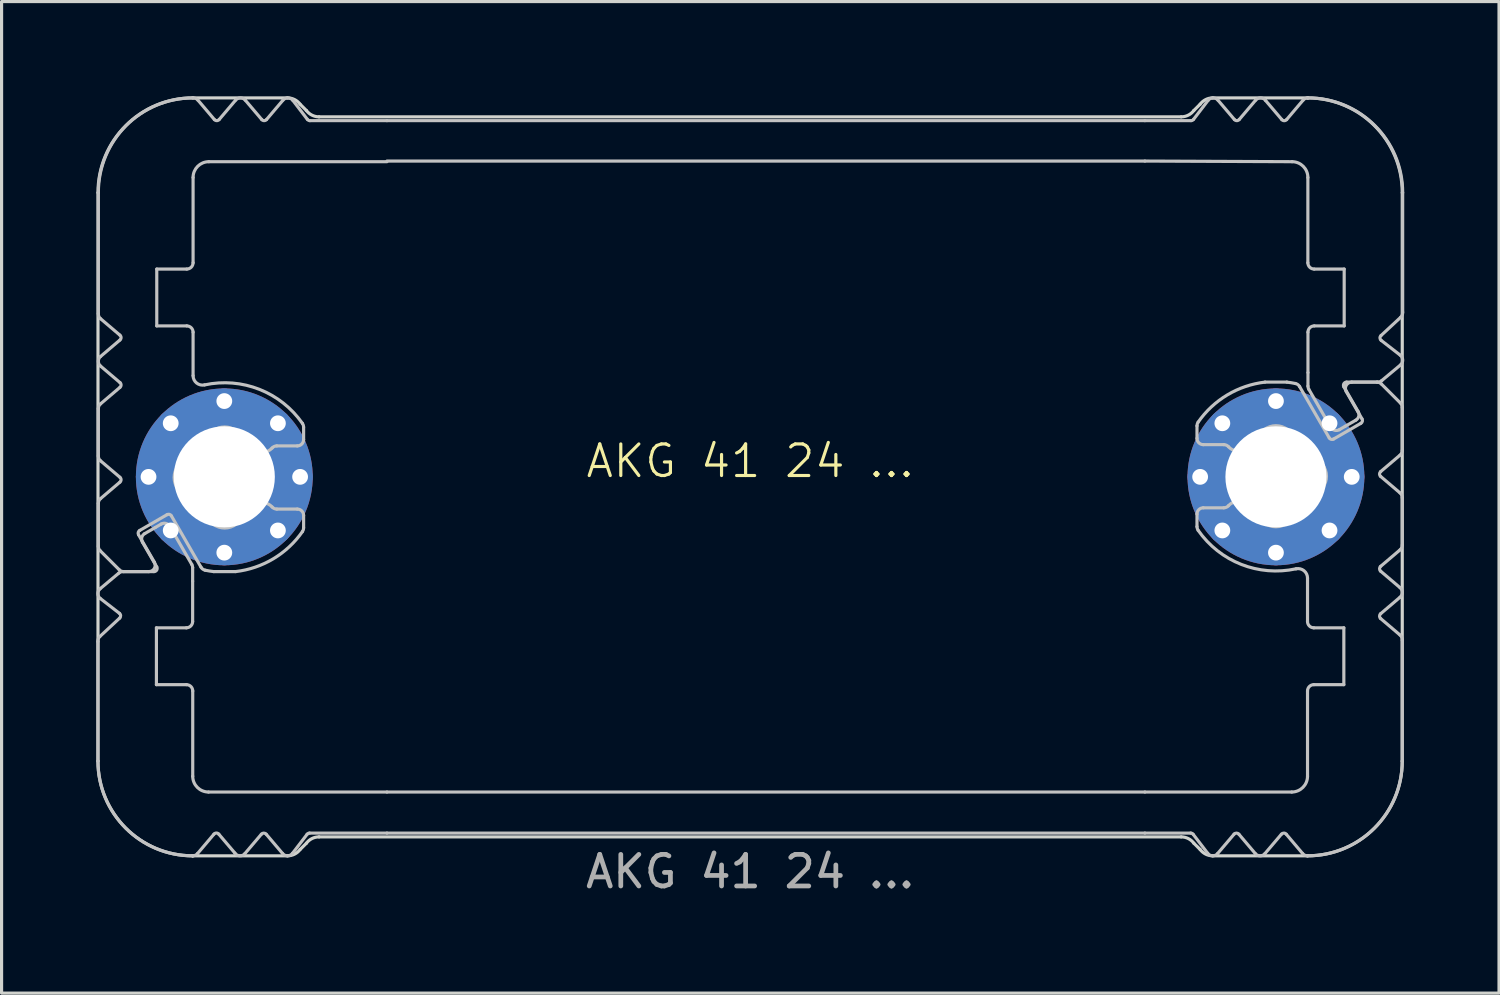
<source format=kicad_pcb>
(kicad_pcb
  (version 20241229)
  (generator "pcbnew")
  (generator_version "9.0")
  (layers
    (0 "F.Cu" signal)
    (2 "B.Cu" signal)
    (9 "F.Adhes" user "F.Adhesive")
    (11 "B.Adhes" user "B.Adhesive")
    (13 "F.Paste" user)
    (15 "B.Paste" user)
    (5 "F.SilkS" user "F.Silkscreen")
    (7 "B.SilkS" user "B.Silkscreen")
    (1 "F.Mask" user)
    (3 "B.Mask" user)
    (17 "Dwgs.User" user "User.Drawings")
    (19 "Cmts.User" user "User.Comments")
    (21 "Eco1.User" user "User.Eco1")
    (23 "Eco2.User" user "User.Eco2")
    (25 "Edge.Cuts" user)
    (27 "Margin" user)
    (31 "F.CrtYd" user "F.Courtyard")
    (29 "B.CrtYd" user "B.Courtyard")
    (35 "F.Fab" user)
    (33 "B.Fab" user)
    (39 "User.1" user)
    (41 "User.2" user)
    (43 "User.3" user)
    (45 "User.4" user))
  (footprint "AKG 41 24 ..."
    (layer "F.Cu")
    (at 20.703 12.05)
    (property "Reference" "AKG 41 24 ..." (at 0 -0.5 0) (unlocked yes) (layer "F.SilkS") (effects (font (size 1 1) (thickness 0.1))))
    (attr exclude_from_pos_files dnp)
    (fp_rect (start -13.096 -11.3) (end 12.604 -10) (stroke (width 0.1) (type solid)) (fill yes) (layer "B.Mask"))
    (fp_rect (start -12.596 10) (end 11.604 11.3) (stroke (width 0.1) (type solid)) (fill yes) (layer "B.Mask"))
    (fp_poly (pts (xy -13.996 -11.3) (xy -13.096 -11.3) (xy -13.096 -10) (xy -17.596 -10) (xy -17.596 -12) (xy -16.896 -11.2) (xy -16.146 -12) (xy -15.396 -11.2) (xy -14.646 -12)) (stroke (width 0.1) (type solid)) (fill yes) (layer "B.Mask"))
    (fp_poly (pts (xy -13.996 11.3) (xy -12.596 11.3) (xy -12.596 10) (xy -17.596 10) (xy -17.596 12) (xy -16.896 11.2) (xy -16.146 12) (xy -15.396 11.2) (xy -14.646 12)) (stroke (width 0.1) (type solid)) (fill yes) (layer "B.Mask"))
    (fp_poly (pts (xy 14.004 -11.3) (xy 12.604 -11.3) (xy 12.604 -10) (xy 17.604 -10) (xy 17.604 -12) (xy 16.904 -11.2) (xy 16.154 -12) (xy 15.404 -11.2) (xy 14.654 -12)) (stroke (width 0.1) (type solid)) (fill yes) (layer "B.Mask"))
    (fp_poly (pts (xy 14.004 11.3) (xy 11.604 11.3) (xy 11.604 10) (xy 17.604 10) (xy 17.604 12) (xy 16.904 11.2) (xy 16.154 12) (xy 15.404 11.2) (xy 14.654 12)) (stroke (width 0.1) (type solid)) (fill yes) (layer "B.Mask"))
    (fp_poly (pts (xy -17.696 -6.7) (xy -18.796 -6.7) (xy -18.796 -4.7) (xy -17.696 -4.7) (xy -17.696 0.1) (xy -19.796 0.1) (xy -20.596 -0.6) (xy -20.596 -2.2) (xy -19.696 -2.9) (xy -20.596 -3.7) (xy -19.796 -4.4) (xy -20.596 -5.1) (xy -20.596 -12) (xy -17.696 -12)) (stroke (width 0.1) (type solid)) (fill yes) (layer "B.Mask"))
    (fp_poly (pts (xy -17.696 6.7) (xy -18.796 6.7) (xy -18.796 4.7) (xy -17.696 4.7) (xy -17.696 0.1) (xy -19.796 0.1) (xy -20.596 0.8) (xy -20.596 2.2) (xy -19.796 3) (xy -20.596 3.7) (xy -19.796 4.4) (xy -20.596 5.1) (xy -20.596 12) (xy -17.696 12)) (stroke (width 0.1) (type solid)) (fill yes) (layer "B.Mask"))
    (fp_poly (pts (xy 17.704 -6.7) (xy 18.804 -6.7) (xy 18.804 -4.7) (xy 17.704 -4.7) (xy 17.704 -0.1) (xy 19.804 -0.1) (xy 20.604 -0.8) (xy 20.604 -2.2) (xy 19.804 -3) (xy 20.604 -3.7) (xy 19.804 -4.4) (xy 20.604 -5.1) (xy 20.604 -12) (xy 17.704 -12)) (stroke (width 0.1) (type solid)) (fill yes) (layer "B.Mask"))
    (fp_poly (pts (xy 17.704 6.7) (xy 18.804 6.7) (xy 18.804 4.7) (xy 17.704 4.7) (xy 17.704 -0.1) (xy 19.804 -0.1) (xy 20.604 0.6) (xy 20.604 2.2) (xy 19.704 2.9) (xy 20.604 3.7) (xy 19.804 4.4) (xy 20.604 5.1) (xy 20.604 12) (xy 17.704 12)) (stroke (width 0.1) (type solid)) (fill yes) (layer "B.Mask"))
    (fp_line (start -20.652 9) (end -20.652 5.214) (stroke (width 0.1) (type solid)) (layer "Dwgs.User"))
    (fp_line (start -20.639 -0.66) (end -20.639 -2.16) (stroke (width 0.1) (type solid)) (layer "Dwgs.User"))
    (fp_line (start -20.639 2.197) (end -20.639 0.84) (stroke (width 0.1) (type solid)) (layer "Dwgs.User"))
    (fp_line (start -20.639 -5.171) (end -20.639 -9) (stroke (width 0.1) (type solid)) (layer "Dwgs.User"))
    (fp_line (start -20.589 5.053) (end -19.965 4.473) (stroke (width 0.1) (type solid)) (layer "Dwgs.User"))
    (fp_line (start -20.583 3.543) (end -19.989 3.046) (stroke (width 0.1) (type solid)) (layer "Dwgs.User"))
    (fp_line (start -20.569 -3.812) (end -19.955 -4.334) (stroke (width 0.1) (type solid)) (layer "Dwgs.User"))
    (fp_line (start -20.569 -2.312) (end -19.955 -2.834) (stroke (width 0.1) (type solid)) (layer "Dwgs.User"))
    (fp_line (start -20.569 0.688) (end -19.955 0.166) (stroke (width 0.1) (type solid)) (layer "Dwgs.User"))
    (fp_line (start -19.978 2.941) (end -20.581 2.339) (stroke (width 0.1) (type solid)) (layer "Dwgs.User"))
    (fp_line (start -19.972 4.321) (end -20.575 3.853) (stroke (width 0.1) (type solid)) (layer "Dwgs.User"))
    (fp_line (start -19.955 -4.486) (end -20.569 -5.008) (stroke (width 0.1) (type solid)) (layer "Dwgs.User"))
    (fp_line (start -19.955 -2.986) (end -20.569 -3.508) (stroke (width 0.1) (type solid)) (layer "Dwgs.User"))
    (fp_line (start -19.955 0.014) (end -20.569 -0.508) (stroke (width 0.1) (type solid)) (layer "Dwgs.User"))
    (fp_line (start -19.86 3) (end -18.877 3) (stroke (width 0.1) (type solid)) (layer "Dwgs.User"))
    (fp_line (start -19.366 1.834) (end -18.866 2.7) (stroke (width 0.1) (type solid)) (layer "Dwgs.User"))
    (fp_line (start -19.168 1.795) (end -18.833 1.602) (stroke (width 0.1) (type solid)) (layer "Dwgs.User"))
    (fp_line (start -19.039 3) (end -19.836 3) (stroke (width 0.1) (type solid)) (layer "Dwgs.User"))
    (fp_line (start -18.833 1.602) (end -18.649 1.495) (stroke (width 0.1) (type solid)) (layer "Dwgs.User"))
    (fp_line (start -18.8 4.78) (end -18.8 6.58) (stroke (width 0.1) (type solid)) (layer "Dwgs.User"))
    (fp_line (start -18.8 6.58) (end -17.85 6.58) (stroke (width 0.1) (type solid)) (layer "Dwgs.User"))
    (fp_line (start -18.79 2.85) (end -19.242 2.068) (stroke (width 0.1) (type solid)) (layer "Dwgs.User"))
    (fp_line (start -18.789 -6.58) (end -18.789 -4.78) (stroke (width 0.1) (type solid)) (layer "Dwgs.User"))
    (fp_line (start -18.789 -4.78) (end -17.839 -4.78) (stroke (width 0.1) (type solid)) (layer "Dwgs.User"))
    (fp_line (start -18.463 1.197) (end -19.329 1.697) (stroke (width 0.1) (type solid)) (layer "Dwgs.User"))
    (fp_line (start -18.375 1.568) (end -17.68 2.773) (stroke (width 0.1) (type solid)) (layer "Dwgs.User"))
    (fp_line (start -17.853 4.78) (end -18.8 4.78) (stroke (width 0.1) (type solid)) (layer "Dwgs.User"))
    (fp_line (start -17.839 -6.58) (end -18.789 -6.58) (stroke (width 0.1) (type solid)) (layer "Dwgs.User"))
    (fp_line (start -17.653 2.873) (end -17.653 3.3) (stroke (width 0.1) (type solid)) (layer "Dwgs.User"))
    (fp_line (start -17.653 3.305) (end -17.653 4.58) (stroke (width 0.1) (type solid)) (layer "Dwgs.User"))
    (fp_line (start -17.652 12) (end -17.652 12) (stroke (width 0.1) (type solid)) (layer "Dwgs.User"))
    (fp_line (start -17.651 12) (end -17.652 12) (stroke (width 0.1) (type solid)) (layer "Dwgs.User"))
    (fp_line (start -17.65 6.78) (end -17.65 9.48) (stroke (width 0.1) (type solid)) (layer "Dwgs.User"))
    (fp_line (start -17.639 -9.48) (end -17.639 -6.78) (stroke (width 0.1) (type solid)) (layer "Dwgs.User"))
    (fp_line (start -17.639 -4.58) (end -17.639 -3.205) (stroke (width 0.1) (type solid)) (layer "Dwgs.User"))
    (fp_line (start -17.486 -11.929) (end -16.965 -11.315) (stroke (width 0.1) (type solid)) (layer "Dwgs.User"))
    (fp_line (start -17.388 2.86) (end -18.327 1.234) (stroke (width 0.1) (type solid)) (layer "Dwgs.User"))
    (fp_line (start -17.15 9.98) (end -11.5 9.98) (stroke (width 0.1) (type solid)) (layer "Dwgs.User"))
    (fp_line (start -16.979 11.315) (end -17.499 11.929) (stroke (width 0.1) (type solid)) (layer "Dwgs.User"))
    (fp_line (start -16.813 -11.315) (end -16.292 -11.929) (stroke (width 0.1) (type solid)) (layer "Dwgs.User"))
    (fp_line (start -16.314 11.914) (end -16.824 11.315) (stroke (width 0.1) (type solid)) (layer "Dwgs.User"))
    (fp_line (start -16.293 3) (end -16.985 3) (stroke (width 0.1) (type solid)) (layer "Dwgs.User"))
    (fp_line (start -15.987 -11.929) (end -15.465 -11.315) (stroke (width 0.1) (type solid)) (layer "Dwgs.User"))
    (fp_line (start -15.476 11.315) (end -15.998 11.929) (stroke (width 0.1) (type solid)) (layer "Dwgs.User"))
    (fp_line (start -15.313 -11.315) (end -14.792 -11.929) (stroke (width 0.1) (type solid)) (layer "Dwgs.User"))
    (fp_line (start -14.988 1.02) (end -14.339 1.02) (stroke (width 0.1) (type solid)) (layer "Dwgs.User"))
    (fp_line (start -14.803 11.929) (end -15.324 11.315) (stroke (width 0.1) (type solid)) (layer "Dwgs.User"))
    (fp_line (start -14.48 -11.922) (end -14.019 -11.319) (stroke (width 0.1) (type solid)) (layer "Dwgs.User"))
    (fp_line (start -14.339 -0.98) (end -14.988 -0.98) (stroke (width 0.1) (type solid)) (layer "Dwgs.User"))
    (fp_line (start -14.139 -1.577) (end -14.139 -1.18) (stroke (width 0.1) (type solid)) (layer "Dwgs.User"))
    (fp_line (start -14.139 1.22) (end -14.139 1.617) (stroke (width 0.1) (type solid)) (layer "Dwgs.User"))
    (fp_line (start -14.029 11.319) (end -14.491 11.922) (stroke (width 0.1) (type solid)) (layer "Dwgs.User"))
    (fp_line (start -13.939 -11.28) (end -11.5 -11.28) (stroke (width 0.1) (type solid)) (layer "Dwgs.User"))
    (fp_line (start -11.5 -11.28) (end 12.5 -11.28) (stroke (width 0.1) (type solid)) (layer "Dwgs.User"))
    (fp_line (start -11.5 -9.98) (end -17.139 -9.98) (stroke (width 0.1) (type solid)) (layer "Dwgs.User"))
    (fp_line (start -11.5 11.28) (end -13.95 11.28) (stroke (width 0.1) (type solid)) (layer "Dwgs.User"))
    (fp_line (start 12.5 -11.28) (end 13.959 -11.28) (stroke (width 0.1) (type solid)) (layer "Dwgs.User"))
    (fp_line (start 12.5 -10) (end -11.5 -10) (stroke (width 0.1) (type solid)) (layer "Dwgs.User"))
    (fp_line (start 12.5 9.98) (end -11.5 9.98) (stroke (width 0.1) (type solid)) (layer "Dwgs.User"))
    (fp_line (start 12.5 9.98) (end 17.15 9.98) (stroke (width 0.1) (type solid)) (layer "Dwgs.User"))
    (fp_line (start 12.5 11.28) (end -11.5 11.28) (stroke (width 0.1) (type solid)) (layer "Dwgs.User"))
    (fp_line (start 12.5 11.28) (end 13.95 11.28) (stroke (width 0.1) (type solid)) (layer "Dwgs.User"))
    (fp_line (start 14.04 -11.319) (end 14.502 -11.922) (stroke (width 0.1) (type solid)) (layer "Dwgs.User"))
    (fp_line (start 14.15 -1.22) (end 14.15 -1.617) (stroke (width 0.1) (type solid)) (layer "Dwgs.User"))
    (fp_line (start 14.15 1.577) (end 14.15 1.18) (stroke (width 0.1) (type solid)) (layer "Dwgs.User"))
    (fp_line (start 14.35 0.98) (end 14.999 0.98) (stroke (width 0.1) (type solid)) (layer "Dwgs.User"))
    (fp_line (start 14.491 11.922) (end 14.029 11.319) (stroke (width 0.1) (type solid)) (layer "Dwgs.User"))
    (fp_line (start 14.813 -11.929) (end 15.335 -11.315) (stroke (width 0.1) (type solid)) (layer "Dwgs.User"))
    (fp_line (start 14.999 -1.02) (end 14.35 -1.02) (stroke (width 0.1) (type solid)) (layer "Dwgs.User"))
    (fp_line (start 15.324 11.315) (end 14.802 11.929) (stroke (width 0.1) (type solid)) (layer "Dwgs.User"))
    (fp_line (start 15.487 -11.315) (end 16.008 -11.929) (stroke (width 0.1) (type solid)) (layer "Dwgs.User"))
    (fp_line (start 15.997 11.929) (end 15.476 11.315) (stroke (width 0.1) (type solid)) (layer "Dwgs.User"))
    (fp_line (start 16.304 -3) (end 16.996 -3) (stroke (width 0.1) (type solid)) (layer "Dwgs.User"))
    (fp_line (start 16.325 -11.914) (end 16.835 -11.315) (stroke (width 0.1) (type solid)) (layer "Dwgs.User"))
    (fp_line (start 16.824 11.315) (end 16.302 11.929) (stroke (width 0.1) (type solid)) (layer "Dwgs.User"))
    (fp_line (start 16.99 -11.315) (end 17.51 -11.929) (stroke (width 0.1) (type solid)) (layer "Dwgs.User"))
    (fp_line (start 17.161 -9.98) (end 12.5 -10) (stroke (width 0.1) (type solid)) (layer "Dwgs.User"))
    (fp_line (start 17.399 -2.86) (end 18.338 -1.234) (stroke (width 0.1) (type solid)) (layer "Dwgs.User"))
    (fp_line (start 17.496 11.929) (end 16.976 11.315) (stroke (width 0.1) (type solid)) (layer "Dwgs.User"))
    (fp_line (start 17.65 4.58) (end 17.65 3.205) (stroke (width 0.1) (type solid)) (layer "Dwgs.User"))
    (fp_line (start 17.65 9.48) (end 17.65 6.78) (stroke (width 0.1) (type solid)) (layer "Dwgs.User"))
    (fp_line (start 17.661 -6.78) (end 17.661 -9.48) (stroke (width 0.1) (type solid)) (layer "Dwgs.User"))
    (fp_line (start 17.662 -12) (end 17.662 -12) (stroke (width 0.1) (type solid)) (layer "Dwgs.User"))
    (fp_line (start 17.662 -12) (end 17.663 -12) (stroke (width 0.1) (type solid)) (layer "Dwgs.User"))
    (fp_line (start 17.664 -3.305) (end 17.664 -4.58) (stroke (width 0.1) (type solid)) (layer "Dwgs.User"))
    (fp_line (start 17.664 -2.873) (end 17.664 -3.3) (stroke (width 0.1) (type solid)) (layer "Dwgs.User"))
    (fp_line (start 17.85 6.58) (end 18.8 6.58) (stroke (width 0.1) (type solid)) (layer "Dwgs.User"))
    (fp_line (start 17.864 -4.78) (end 18.811 -4.78) (stroke (width 0.1) (type solid)) (layer "Dwgs.User"))
    (fp_line (start 18.386 -1.568) (end 17.691 -2.773) (stroke (width 0.1) (type solid)) (layer "Dwgs.User"))
    (fp_line (start 18.474 -1.197) (end 19.34 -1.697) (stroke (width 0.1) (type solid)) (layer "Dwgs.User"))
    (fp_line (start 18.8 4.78) (end 17.85 4.78) (stroke (width 0.1) (type solid)) (layer "Dwgs.User"))
    (fp_line (start 18.8 6.58) (end 18.8 4.78) (stroke (width 0.1) (type solid)) (layer "Dwgs.User"))
    (fp_line (start 18.801 -2.85) (end 19.252 -2.068) (stroke (width 0.1) (type solid)) (layer "Dwgs.User"))
    (fp_line (start 18.811 -6.58) (end 17.861 -6.58) (stroke (width 0.1) (type solid)) (layer "Dwgs.User"))
    (fp_line (start 18.811 -4.78) (end 18.811 -6.58) (stroke (width 0.1) (type solid)) (layer "Dwgs.User"))
    (fp_line (start 18.844 -1.602) (end 18.659 -1.495) (stroke (width 0.1) (type solid)) (layer "Dwgs.User"))
    (fp_line (start 19.05 -3) (end 19.847 -3) (stroke (width 0.1) (type solid)) (layer "Dwgs.User"))
    (fp_line (start 19.179 -1.795) (end 18.844 -1.602) (stroke (width 0.1) (type solid)) (layer "Dwgs.User"))
    (fp_line (start 19.377 -1.834) (end 18.877 -2.7) (stroke (width 0.1) (type solid)) (layer "Dwgs.User"))
    (fp_line (start 19.871 -3) (end 18.888 -3) (stroke (width 0.1) (type solid)) (layer "Dwgs.User"))
    (fp_line (start 19.965 -0.014) (end 20.579 0.508) (stroke (width 0.1) (type solid)) (layer "Dwgs.User"))
    (fp_line (start 19.965 2.986) (end 20.579 3.508) (stroke (width 0.1) (type solid)) (layer "Dwgs.User"))
    (fp_line (start 19.965 4.486) (end 20.579 5.008) (stroke (width 0.1) (type solid)) (layer "Dwgs.User"))
    (fp_line (start 19.983 -4.321) (end 20.586 -3.853) (stroke (width 0.1) (type solid)) (layer "Dwgs.User"))
    (fp_line (start 19.989 -2.941) (end 20.591 -2.339) (stroke (width 0.1) (type solid)) (layer "Dwgs.User"))
    (fp_line (start 20.579 -0.688) (end 19.965 -0.166) (stroke (width 0.1) (type solid)) (layer "Dwgs.User"))
    (fp_line (start 20.579 2.312) (end 19.965 2.834) (stroke (width 0.1) (type solid)) (layer "Dwgs.User"))
    (fp_line (start 20.579 3.812) (end 19.965 4.334) (stroke (width 0.1) (type solid)) (layer "Dwgs.User"))
    (fp_line (start 20.593 -3.543) (end 19.999 -3.047) (stroke (width 0.1) (type solid)) (layer "Dwgs.User"))
    (fp_line (start 20.6 -5.053) (end 19.976 -4.473) (stroke (width 0.1) (type solid)) (layer "Dwgs.User"))
    (fp_line (start 20.65 5.171) (end 20.649 9) (stroke (width 0.1) (type solid)) (layer "Dwgs.User"))
    (fp_line (start 20.65 -2.197) (end 20.65 -0.84) (stroke (width 0.1) (type solid)) (layer "Dwgs.User"))
    (fp_line (start 20.65 0.66) (end 20.65 2.16) (stroke (width 0.1) (type solid)) (layer "Dwgs.User"))
    (fp_line (start 20.663 -9) (end 20.663 -5.215) (stroke (width 0.1) (type solid)) (layer "Dwgs.User"))
    (fp_arc (start -20.652431 5.214496) (mid -20.63921 5.126511) (end -20.589103 5.05299) (stroke (width 0.1) (type solid)) (layer "Dwgs.User"))
    (fp_arc (start -20.63919 -2.16003) (mid -20.620691 -2.24403) (end -20.568628 -2.312496) (stroke (width 0.1) (type solid)) (layer "Dwgs.User"))
    (fp_arc (start -20.63919 0.83997) (mid -20.620691 0.75597) (end -20.568628 0.687504) (stroke (width 0.1) (type solid)) (layer "Dwgs.User"))
    (fp_arc (start -20.638629 -9.00003) (mid -19.759776 -11.121528) (end -17.638132 -12.00003) (stroke (width 0.1) (type solid)) (layer "Dwgs.User"))
    (fp_arc (start -20.580611 2.338548) (mid -20.623952 2.273658) (end -20.63919 2.197127) (stroke (width 0.1) (type solid)) (layer "Dwgs.User"))
    (fp_arc (start -20.575499 3.853059) (mid -20.652937 3.699538) (end -20.582592 3.542641) (stroke (width 0.1) (type solid)) (layer "Dwgs.User"))
    (fp_arc (start -20.568628 -5.007564) (mid -20.623021 -5.081251) (end -20.638863 -5.171459) (stroke (width 0.1) (type solid)) (layer "Dwgs.User"))
    (fp_arc (start -20.568628 -3.507564) (mid -20.639188 -3.66003) (end -20.568628 -3.812496) (stroke (width 0.1) (type solid)) (layer "Dwgs.User"))
    (fp_arc (start -20.568628 -0.507564) (mid -20.620694 -0.576029) (end -20.63919 -0.66003) (stroke (width 0.1) (type solid)) (layer "Dwgs.User"))
    (fp_arc (start -19.988668 3.046481) (mid -19.928648 3.011946) (end -19.860445 2.99997) (stroke (width 0.1) (type solid)) (layer "Dwgs.User"))
    (fp_arc (start -19.971739 4.320925) (mid -19.933088 4.395508) (end -19.964937 4.473239) (stroke (width 0.1) (type solid)) (layer "Dwgs.User"))
    (fp_arc (start -19.954583 -4.486263) (mid -19.919295 -4.41003) (end -19.954583 -4.333797) (stroke (width 0.1) (type solid)) (layer "Dwgs.User"))
    (fp_arc (start -19.954583 -2.986263) (mid -19.919295 -2.91003) (end -19.954583 -2.833797) (stroke (width 0.1) (type solid)) (layer "Dwgs.User"))
    (fp_arc (start -19.954583 0.013737) (mid -19.919295 0.08997) (end -19.954583 0.166203) (stroke (width 0.1) (type solid)) (layer "Dwgs.User"))
    (fp_arc (start -19.836347 2.99997) (mid -19.912877 2.984729) (end -19.977769 2.941391) (stroke (width 0.1) (type solid)) (layer "Dwgs.User"))
    (fp_arc (start -19.365985 1.833944) (mid -19.375952 1.758068) (end -19.329382 1.697342) (stroke (width 0.1) (type solid)) (layer "Dwgs.User"))
    (fp_arc (start -19.241514 2.068343) (mid -19.261468 1.916586) (end -19.168309 1.795138) (stroke (width 0.1) (type solid)) (layer "Dwgs.User"))
    (fp_arc (start -18.865985 2.69997) (mid -18.865978 2.899974) (end -19.03919 2.99997) (stroke (width 0.1) (type solid)) (layer "Dwgs.User"))
    (fp_arc (start -18.790241 2.84997) (mid -18.790233 2.949974) (end -18.876844 2.99997) (stroke (width 0.1) (type solid)) (layer "Dwgs.User"))
    (fp_arc (start -18.648694 1.495138) (mid -18.496932 1.475166) (end -18.375489 1.568343) (stroke (width 0.1) (type solid)) (layer "Dwgs.User"))
    (fp_arc (start -18.463357 1.197342) (mid -18.387484 1.187387) (end -18.326754 1.233944) (stroke (width 0.1) (type solid)) (layer "Dwgs.User"))
    (fp_arc (start -17.850049 6.57997) (mid -17.708651 6.638572) (end -17.650049 6.77997) (stroke (width 0.1) (type solid)) (layer "Dwgs.User"))
    (fp_arc (start -17.83919 -4.78003) (mid -17.697772 -4.721448) (end -17.63919 -4.58003) (stroke (width 0.1) (type solid)) (layer "Dwgs.User"))
    (fp_arc (start -17.80419 -0.556897) (mid -17.558426 -0.899266) (end -17.216057 -1.14503) (stroke (width 0.1) (type solid)) (layer "Dwgs.User"))
    (fp_arc (start -17.80419 0.596836) (mid -18.23919 0.019969) (end -17.80419 -0.556897) (stroke (width 0.1) (type solid)) (layer "Dwgs.User"))
    (fp_arc (start -17.679787 2.773333) (mid -17.659797 2.821567) (end -17.652992 2.873333) (stroke (width 0.1) (type solid)) (layer "Dwgs.User"))
    (fp_arc (start -17.652992 4.57997) (mid -17.711565 4.721397) (end -17.852992 4.77997) (stroke (width 0.1) (type solid)) (layer "Dwgs.User"))
    (fp_arc (start -17.651935 11.99997) (mid -19.773559 11.121448) (end -20.652431 8.99997) (stroke (width 0.1) (type solid)) (layer "Dwgs.User"))
    (fp_arc (start -17.63919 -9.48003) (mid -17.492738 -9.833578) (end -17.13919 -9.98003) (stroke (width 0.1) (type solid)) (layer "Dwgs.User"))
    (fp_arc (start -17.63919 -6.78003) (mid -17.697762 -6.638602) (end -17.83919 -6.58003) (stroke (width 0.1) (type solid)) (layer "Dwgs.User"))
    (fp_arc (start -17.638132 -12.00003) (mid -17.554059 -11.98147) (end -17.485563 -11.929306) (stroke (width 0.1) (type solid)) (layer "Dwgs.User"))
    (fp_arc (start -17.499192 11.929246) (mid -17.567408 11.9813) (end -17.651161 11.999969) (stroke (width 0.1) (type solid)) (layer "Dwgs.User"))
    (fp_arc (start -17.275554 -2.911761) (mid -17.527487 -2.97138) (end -17.63919 -3.204934) (stroke (width 0.1) (type solid)) (layer "Dwgs.User"))
    (fp_arc (start -17.275554 -2.911761) (mid -15.540142 -2.771458) (end -14.174904 -1.690965) (stroke (width 0.1) (type solid)) (layer "Dwgs.User"))
    (fp_arc (start -17.255732 2.955932) (mid -17.331984 2.922143) (end -17.387834 2.860201) (stroke (width 0.1) (type solid)) (layer "Dwgs.User"))
    (fp_arc (start -17.216057 -1.14503) (mid -16.63919 -1.58003) (end -16.062323 -1.14503) (stroke (width 0.1) (type solid)) (layer "Dwgs.User"))
    (fp_arc (start -17.216057 1.18497) (mid -17.55843 0.939209) (end -17.80419 0.596836) (stroke (width 0.1) (type solid)) (layer "Dwgs.User"))
    (fp_arc (start -17.150049 9.97997) (mid -17.503577 9.833498) (end -17.650049 9.47997) (stroke (width 0.1) (type solid)) (layer "Dwgs.User"))
    (fp_arc (start -16.985022 2.99997) (mid -17.120881 2.981048) (end -17.255732 2.955932) (stroke (width 0.1) (type solid)) (layer "Dwgs.User"))
    (fp_arc (start -16.979121 11.315332) (mid -16.901541 11.278264) (end -16.823885 11.315171) (stroke (width 0.1) (type solid)) (layer "Dwgs.User"))
    (fp_arc (start -16.812951 -11.315318) (mid -16.889181 -11.280019) (end -16.965417 -11.315305) (stroke (width 0.1) (type solid)) (layer "Dwgs.User"))
    (fp_arc (start -16.291667 -11.929455) (mid -16.13919 -12.000029) (end -15.986712 -11.929455) (stroke (width 0.1) (type solid)) (layer "Dwgs.User"))
    (fp_arc (start -16.062323 -1.14503) (mid -15.880199 -1.035459) (end -15.718362 -0.897677) (stroke (width 0.1) (type solid)) (layer "Dwgs.User"))
    (fp_arc (start -16.062323 1.18497) (mid -16.63919 1.61997) (end -17.216057 1.18497) (stroke (width 0.1) (type solid)) (layer "Dwgs.User"))
    (fp_arc (start -15.997571 11.929394) (mid -16.159557 11.999707) (end -16.314131 11.914325) (stroke (width 0.1) (type solid)) (layer "Dwgs.User"))
    (fp_arc (start -15.718362 0.937617) (mid -15.880203 1.075392) (end -16.062323 1.18497) (stroke (width 0.1) (type solid)) (layer "Dwgs.User"))
    (fp_arc (start -15.718362 0.937617) (mid -15.424243 0.820096) (end -15.136888 0.953303) (stroke (width 0.1) (type solid)) (layer "Dwgs.User"))
    (fp_arc (start -15.476288 11.315258) (mid -15.400049 11.27997) (end -15.32381 11.315258) (stroke (width 0.1) (type solid)) (layer "Dwgs.User"))
    (fp_arc (start -15.312951 -11.315318) (mid -15.38919 -11.28003) (end -15.465429 -11.315318) (stroke (width 0.1) (type solid)) (layer "Dwgs.User"))
    (fp_arc (start -15.136888 -0.913364) (mid -15.424244 -0.780195) (end -15.718362 -0.897677) (stroke (width 0.1) (type solid)) (layer "Dwgs.User"))
    (fp_arc (start -15.136888 -0.913364) (mid -15.069468 -0.962607) (end -14.987817 -0.98003) (stroke (width 0.1) (type solid)) (layer "Dwgs.User"))
    (fp_arc (start -14.987817 1.01997) (mid -15.069464 1.002537) (end -15.136888 0.953303) (stroke (width 0.1) (type solid)) (layer "Dwgs.User"))
    (fp_arc (start -14.791667 -11.929455) (mid -14.634216 -11.999958) (end -14.480466 -11.921713) (stroke (width 0.1) (type solid)) (layer "Dwgs.User"))
    (fp_arc (start -14.491325 11.921653) (mid -14.645076 11.999873) (end -14.802527 11.929394) (stroke (width 0.1) (type solid)) (layer "Dwgs.User"))
    (fp_arc (start -14.33919 1.01997) (mid -14.197772 1.078552) (end -14.13919 1.21997) (stroke (width 0.1) (type solid)) (layer "Dwgs.User"))
    (fp_arc (start -14.174904 -1.690965) (mid -14.148333 -1.636662) (end -14.13919 -1.576902) (stroke (width 0.1) (type solid)) (layer "Dwgs.User"))
    (fp_arc (start -14.174904 1.730904) (mid -15.097492 2.593529) (end -16.293358 2.99997) (stroke (width 0.1) (type solid)) (layer "Dwgs.User"))
    (fp_arc (start -14.13919 -1.18003) (mid -14.197762 -1.038602) (end -14.33919 -0.98003) (stroke (width 0.1) (type solid)) (layer "Dwgs.User"))
    (fp_arc (start -14.13919 1.616842) (mid -14.148317 1.676607) (end -14.174904 1.730904) (stroke (width 0.1) (type solid)) (layer "Dwgs.User"))
    (fp_arc (start -14.029411 11.319129) (mid -13.994304 11.290279) (end -13.950049 11.27997) (stroke (width 0.1) (type solid)) (layer "Dwgs.User"))
    (fp_arc (start -13.93919 -11.28003) (mid -13.98344 -11.29035) (end -14.018552 -11.319189) (stroke (width 0.1) (type solid)) (layer "Dwgs.User"))
    (fp_arc (start 13.949951 11.27997) (mid 13.994205 11.290294) (end 14.029313 11.319129) (stroke (width 0.1) (type solid)) (layer "Dwgs.User"))
    (fp_arc (start 14.040172 -11.319189) (mid 14.005062 -11.290341) (end 13.96081 -11.28003) (stroke (width 0.1) (type solid)) (layer "Dwgs.User"))
    (fp_arc (start 14.149951 -1.616902) (mid 14.159091 -1.676662) (end 14.185665 -1.730964) (stroke (width 0.1) (type solid)) (layer "Dwgs.User"))
    (fp_arc (start 14.149951 1.17997) (mid 14.208508 1.038521) (end 14.349951 0.97997) (stroke (width 0.1) (type solid)) (layer "Dwgs.User"))
    (fp_arc (start 14.185665 -1.730964) (mid 15.10825 -2.593594) (end 16.304119 -3.00003) (stroke (width 0.1) (type solid)) (layer "Dwgs.User"))
    (fp_arc (start 14.185665 1.690905) (mid 14.159083 1.636604) (end 14.149951 1.576842) (stroke (width 0.1) (type solid)) (layer "Dwgs.User"))
    (fp_arc (start 14.349951 -1.02003) (mid 14.208537 -1.078622) (end 14.149951 -1.22003) (stroke (width 0.1) (type solid)) (layer "Dwgs.User"))
    (fp_arc (start 14.502086 -11.921713) (mid 14.655833 -11.999949) (end 14.813288 -11.929455) (stroke (width 0.1) (type solid)) (layer "Dwgs.User"))
    (fp_arc (start 14.802429 11.929394) (mid 14.644997 11.999846) (end 14.491227 11.921653) (stroke (width 0.1) (type solid)) (layer "Dwgs.User"))
    (fp_arc (start 14.998578 -1.02003) (mid 15.080228 -1.002607) (end 15.147649 -0.953363) (stroke (width 0.1) (type solid)) (layer "Dwgs.User"))
    (fp_arc (start 15.147649 0.913304) (mid 15.080221 0.96252) (end 14.998578 0.97997) (stroke (width 0.1) (type solid)) (layer "Dwgs.User"))
    (fp_arc (start 15.147649 0.913304) (mid 15.435007 0.78012) (end 15.729123 0.897617) (stroke (width 0.1) (type solid)) (layer "Dwgs.User"))
    (fp_arc (start 15.323712 11.315258) (mid 15.399951 11.27997) (end 15.47619 11.315258) (stroke (width 0.1) (type solid)) (layer "Dwgs.User"))
    (fp_arc (start 15.487049 -11.315318) (mid 15.41081 -11.28003) (end 15.334571 -11.315318) (stroke (width 0.1) (type solid)) (layer "Dwgs.User"))
    (fp_arc (start 15.729123 -0.937677) (mid 15.435008 -0.820173) (end 15.147649 -0.953363) (stroke (width 0.1) (type solid)) (layer "Dwgs.User"))
    (fp_arc (start 15.729123 -0.937677) (mid 15.890962 -1.075457) (end 16.073084 -1.18503) (stroke (width 0.1) (type solid)) (layer "Dwgs.User"))
    (fp_arc (start 16.008333 -11.929455) (mid 16.170316 -11.999785) (end 16.324892 -11.914385) (stroke (width 0.1) (type solid)) (layer "Dwgs.User"))
    (fp_arc (start 16.073084 -1.18503) (mid 16.649951 -1.62003) (end 17.226818 -1.18503) (stroke (width 0.1) (type solid)) (layer "Dwgs.User"))
    (fp_arc (start 16.073084 1.14497) (mid 15.890965 1.035392) (end 15.729123 0.897617) (stroke (width 0.1) (type solid)) (layer "Dwgs.User"))
    (fp_arc (start 16.302429 11.929394) (mid 16.149951 11.99997) (end 15.997473 11.929394) (stroke (width 0.1) (type solid)) (layer "Dwgs.User"))
    (fp_arc (start 16.823712 11.315258) (mid 16.899959 11.279908) (end 16.976178 11.315245) (stroke (width 0.1) (type solid)) (layer "Dwgs.User"))
    (fp_arc (start 16.989882 -11.315392) (mid 16.912303 -11.278341) (end 16.834646 -11.315231) (stroke (width 0.1) (type solid)) (layer "Dwgs.User"))
    (fp_arc (start 16.995783 -3.00003) (mid 17.131642 -2.981106) (end 17.266493 -2.955992) (stroke (width 0.1) (type solid)) (layer "Dwgs.User"))
    (fp_arc (start 17.16081 -9.98003) (mid 17.514368 -9.833582) (end 17.66081 -9.48003) (stroke (width 0.1) (type solid)) (layer "Dwgs.User"))
    (fp_arc (start 17.226818 -1.18503) (mid 17.569179 -0.939258) (end 17.814951 -0.596896) (stroke (width 0.1) (type solid)) (layer "Dwgs.User"))
    (fp_arc (start 17.226818 1.14497) (mid 16.649951 1.57997) (end 16.073084 1.14497) (stroke (width 0.1) (type solid)) (layer "Dwgs.User"))
    (fp_arc (start 17.266493 -2.955992) (mid 17.34276 -2.922223) (end 17.398595 -2.860261) (stroke (width 0.1) (type solid)) (layer "Dwgs.User"))
    (fp_arc (start 17.286315 2.9117) (mid 15.550893 2.771423) (end 14.185665 1.690905) (stroke (width 0.1) (type solid)) (layer "Dwgs.User"))
    (fp_arc (start 17.286315 2.9117) (mid 17.538259 2.971301) (end 17.649951 3.204873) (stroke (width 0.1) (type solid)) (layer "Dwgs.User"))
    (fp_arc (start 17.509953 -11.929306) (mid 17.578162 -11.98138) (end 17.661922 -12.000029) (stroke (width 0.1) (type solid)) (layer "Dwgs.User"))
    (fp_arc (start 17.648893 11.99997) (mid 17.564817 11.981423) (end 17.496324 11.929246) (stroke (width 0.1) (type solid)) (layer "Dwgs.User"))
    (fp_arc (start 17.649951 6.77997) (mid 17.708508 6.638521) (end 17.849951 6.57997) (stroke (width 0.1) (type solid)) (layer "Dwgs.User"))
    (fp_arc (start 17.649951 9.47997) (mid 17.503499 9.833518) (end 17.149951 9.97997) (stroke (width 0.1) (type solid)) (layer "Dwgs.User"))
    (fp_arc (start 17.662696 -12.00003) (mid 19.784342 -11.121531) (end 20.663192 -9.00003) (stroke (width 0.1) (type solid)) (layer "Dwgs.User"))
    (fp_arc (start 17.663753 -4.58003) (mid 17.722345 -4.721413) (end 17.863753 -4.78003) (stroke (width 0.1) (type solid)) (layer "Dwgs.User"))
    (fp_arc (start 17.690548 -2.773393) (mid 17.670561 -2.821628) (end 17.663753 -2.873393) (stroke (width 0.1) (type solid)) (layer "Dwgs.User"))
    (fp_arc (start 17.814951 -0.596896) (mid 18.249993 -0.02003) (end 17.814951 0.556837) (stroke (width 0.1) (type solid)) (layer "Dwgs.User"))
    (fp_arc (start 17.814951 0.556837) (mid 17.569184 0.899202) (end 17.226818 1.14497) (stroke (width 0.1) (type solid)) (layer "Dwgs.User"))
    (fp_arc (start 17.849951 4.77997) (mid 17.708537 4.721378) (end 17.649951 4.57997) (stroke (width 0.1) (type solid)) (layer "Dwgs.User"))
    (fp_arc (start 17.86081 -6.58003) (mid 17.719393 -6.638607) (end 17.66081 -6.78003) (stroke (width 0.1) (type solid)) (layer "Dwgs.User"))
    (fp_arc (start 18.474118 -1.197402) (mid 18.398228 -1.1874) (end 18.337515 -1.234004) (stroke (width 0.1) (type solid)) (layer "Dwgs.User"))
    (fp_arc (start 18.659455 -1.495198) (mid 18.507708 -1.475259) (end 18.38625 -1.568403) (stroke (width 0.1) (type solid)) (layer "Dwgs.User"))
    (fp_arc (start 18.801002 -2.85003) (mid 18.801021 -2.950003) (end 18.887605 -3.00003) (stroke (width 0.1) (type solid)) (layer "Dwgs.User"))
    (fp_arc (start 18.876746 -2.70003) (mid 18.876772 -2.900014) (end 19.049951 -3.00003) (stroke (width 0.1) (type solid)) (layer "Dwgs.User"))
    (fp_arc (start 19.252275 -2.068403) (mid 19.272249 -1.916635) (end 19.17907 -1.795198) (stroke (width 0.1) (type solid)) (layer "Dwgs.User"))
    (fp_arc (start 19.376746 -1.834004) (mid 19.386734 -1.758118) (end 19.340143 -1.697402) (stroke (width 0.1) (type solid)) (layer "Dwgs.User"))
    (fp_arc (start 19.847108 -3.00003) (mid 19.923645 -2.984805) (end 19.98853 -2.941451) (stroke (width 0.1) (type solid)) (layer "Dwgs.User"))
    (fp_arc (start 19.965344 -0.013797) (mid 19.930099 -0.090019) (end 19.965344 -0.166263) (stroke (width 0.1) (type solid)) (layer "Dwgs.User"))
    (fp_arc (start 19.965344 2.986203) (mid 19.930099 2.909981) (end 19.965344 2.833737) (stroke (width 0.1) (type solid)) (layer "Dwgs.User"))
    (fp_arc (start 19.965344 4.486203) (mid 19.930099 4.409981) (end 19.965344 4.333737) (stroke (width 0.1) (type solid)) (layer "Dwgs.User"))
    (fp_arc (start 19.9825 -4.320985) (mid 19.943893 -4.395559) (end 19.975698 -4.473299) (stroke (width 0.1) (type solid)) (layer "Dwgs.User"))
    (fp_arc (start 19.999429 -3.046541) (mid 19.939406 -3.01201) (end 19.871206 -3.00003) (stroke (width 0.1) (type solid)) (layer "Dwgs.User"))
    (fp_arc (start 20.579389 0.507504) (mid 20.631453 0.57597) (end 20.649951 0.65997) (stroke (width 0.1) (type solid)) (layer "Dwgs.User"))
    (fp_arc (start 20.579389 3.507504) (mid 20.649991 3.659981) (end 20.579389 3.812436) (stroke (width 0.1) (type solid)) (layer "Dwgs.User"))
    (fp_arc (start 20.579389 5.007504) (mid 20.633796 5.081185) (end 20.649624 5.171399) (stroke (width 0.1) (type solid)) (layer "Dwgs.User"))
    (fp_arc (start 20.58626 -3.853119) (mid 20.663743 -3.699588) (end 20.593353 -3.542701) (stroke (width 0.1) (type solid)) (layer "Dwgs.User"))
    (fp_arc (start 20.591372 -2.338608) (mid 20.634711 -2.27372) (end 20.649951 -2.197187) (stroke (width 0.1) (type solid)) (layer "Dwgs.User"))
    (fp_arc (start 20.64939 8.99997) (mid 19.770538 11.121469) (end 17.648893 11.99997) (stroke (width 0.1) (type solid)) (layer "Dwgs.User"))
    (fp_arc (start 20.649951 -0.84003) (mid 20.631469 -0.756017) (end 20.579389 -0.687564) (stroke (width 0.1) (type solid)) (layer "Dwgs.User"))
    (fp_arc (start 20.649951 2.15997) (mid 20.631469 2.243983) (end 20.579389 2.312436) (stroke (width 0.1) (type solid)) (layer "Dwgs.User"))
    (fp_arc (start 20.663192 -5.214556) (mid 20.649916 -5.126598) (end 20.599864 -5.05305) (stroke (width 0.1) (type solid)) (layer "Dwgs.User"))
    (fp_rect (start -18.6 -6.48) (end 18.6 -4.88) (stroke (width 0.1) (type solid)) (fill no) (layer "Eco1.User"))
    (fp_rect (start -18.6 4.88) (end 18.6 6.48) (stroke (width 0.1) (type solid)) (fill no) (layer "Eco1.User"))
    (fp_line (start -20.65 -9) (end -20.65 9) (stroke (width 0.1) (type solid)) (layer "Edge.Cuts"))
    (fp_line (start -17.65 -12) (end -14.65 -12) (stroke (width 0.1) (type solid)) (layer "Edge.Cuts"))
    (fp_line (start -17.65 12) (end -14.65 12) (stroke (width 0.1) (type solid)) (layer "Edge.Cuts"))
    (fp_line (start -14.05 -11.6) (end -14.25 -11.8) (stroke (width 0.1) (type solid)) (layer "Edge.Cuts"))
    (fp_line (start -14.05 11.6) (end -14.25 11.8) (stroke (width 0.1) (type solid)) (layer "Edge.Cuts"))
    (fp_line (start -13.65 -11.4) (end 13.65 -11.4) (stroke (width 0.1) (type solid)) (layer "Edge.Cuts"))
    (fp_line (start -13.65 11.4) (end 13.65 11.4) (stroke (width 0.1) (type solid)) (layer "Edge.Cuts"))
    (fp_line (start 14.05 -11.6) (end 14.25 -11.8) (stroke (width 0.1) (type solid)) (layer "Edge.Cuts"))
    (fp_line (start 14.05 11.6) (end 14.25 11.8) (stroke (width 0.1) (type solid)) (layer "Edge.Cuts"))
    (fp_line (start 17.65 -12) (end 14.65 -12) (stroke (width 0.1) (type solid)) (layer "Edge.Cuts"))
    (fp_line (start 17.65 12) (end 14.65 12) (stroke (width 0.1) (type solid)) (layer "Edge.Cuts"))
    (fp_line (start 20.65 -9) (end 20.65 9) (stroke (width 0.1) (type solid)) (layer "Edge.Cuts"))
    (fp_arc (start -20.65 -9) (mid -19.77132 -11.12132) (end -17.65 -12) (stroke (width 0.1) (type solid)) (layer "Edge.Cuts"))
    (fp_arc (start -17.65 12) (mid -19.77132 11.12132) (end -20.65 9) (stroke (width 0.1) (type solid)) (layer "Edge.Cuts"))
    (fp_arc (start -14.65 -12) (mid -14.426393 -11.947214) (end -14.25 -11.8) (stroke (width 0.1) (type solid)) (layer "Edge.Cuts"))
    (fp_arc (start -14.25 11.8) (mid -14.426393 11.947214) (end -14.65 12) (stroke (width 0.1) (type solid)) (layer "Edge.Cuts"))
    (fp_arc (start -14.05 11.6) (mid -13.873607 11.452786) (end -13.65 11.4) (stroke (width 0.1) (type solid)) (layer "Edge.Cuts"))
    (fp_arc (start -13.65 -11.4) (mid -13.873607 -11.452786) (end -14.05 -11.6) (stroke (width 0.1) (type solid)) (layer "Edge.Cuts"))
    (fp_arc (start 13.65 11.4) (mid 13.873607 11.452786) (end 14.05 11.6) (stroke (width 0.1) (type solid)) (layer "Edge.Cuts"))
    (fp_arc (start 14.05 -11.6) (mid 13.873607 -11.452786) (end 13.65 -11.4) (stroke (width 0.1) (type solid)) (layer "Edge.Cuts"))
    (fp_arc (start 14.25 -11.8) (mid 14.426393 -11.947214) (end 14.65 -12) (stroke (width 0.1) (type solid)) (layer "Edge.Cuts"))
    (fp_arc (start 14.65 12) (mid 14.426393 11.947214) (end 14.25 11.8) (stroke (width 0.1) (type solid)) (layer "Edge.Cuts"))
    (fp_arc (start 17.65 -12) (mid 19.77132 -11.12132) (end 20.65 -9) (stroke (width 0.1) (type solid)) (layer "Edge.Cuts"))
    (fp_arc (start 20.65 9) (mid 19.77132 11.12132) (end 17.65 12) (stroke (width 0.1) (type solid)) (layer "Edge.Cuts"))
    (fp_text user "${REFERENCE}" (at 0 12.5 0) (layer "F.Fab") (effects (font (size 1 1) (thickness 0.15))))
    (pad "1" thru_hole circle (at -19.05 0) (size 0.8 0.8) (drill 0.5) (layers "*.Cu" "*.Mask"))
    (pad "1" thru_hole circle (at -18.347 -1.697) (size 0.8 0.8) (drill 0.5) (layers "*.Cu" "*.Mask"))
    (pad "1" thru_hole circle (at -18.347 1.697) (size 0.8 0.8) (drill 0.5) (layers "*.Cu" "*.Mask"))
    (pad "1" thru_hole circle (at -16.65 -2.4) (size 0.8 0.8) (drill 0.5) (layers "*.Cu" "*.Mask"))
    (pad "1" thru_hole circle (at -16.65 0) (size 5.6 5.6) (drill 3.2) (layers "*.Cu" "*.Mask"))
    (pad "1" thru_hole circle (at -16.65 2.4) (size 0.8 0.8) (drill 0.5) (layers "*.Cu" "*.Mask"))
    (pad "1" thru_hole circle (at -14.953 -1.697) (size 0.8 0.8) (drill 0.5) (layers "*.Cu" "*.Mask"))
    (pad "1" thru_hole circle (at -14.953 1.697) (size 0.8 0.8) (drill 0.5) (layers "*.Cu" "*.Mask"))
    (pad "1" thru_hole circle (at -14.25 0) (size 0.8 0.8) (drill 0.5) (layers "*.Cu" "*.Mask"))
    (pad "1" thru_hole circle (at 14.25 0) (size 0.8 0.8) (drill 0.5) (layers "*.Cu" "*.Mask"))
    (pad "1" thru_hole circle (at 14.953 -1.697) (size 0.8 0.8) (drill 0.5) (layers "*.Cu" "*.Mask"))
    (pad "1" thru_hole circle (at 14.953 1.697) (size 0.8 0.8) (drill 0.5) (layers "*.Cu" "*.Mask"))
    (pad "1" thru_hole circle (at 16.65 -2.4) (size 0.8 0.8) (drill 0.5) (layers "*.Cu" "*.Mask"))
    (pad "1" thru_hole circle (at 16.65 0) (size 5.6 5.6) (drill 3.2) (layers "*.Cu" "*.Mask"))
    (pad "1" thru_hole circle (at 16.65 2.4) (size 0.8 0.8) (drill 0.5) (layers "*.Cu" "*.Mask"))
    (pad "1" thru_hole circle (at 18.347 -1.697) (size 0.8 0.8) (drill 0.5) (layers "*.Cu" "*.Mask"))
    (pad "1" thru_hole circle (at 18.347 1.697) (size 0.8 0.8) (drill 0.5) (layers "*.Cu" "*.Mask"))
    (pad "1" thru_hole circle (at 19.05 0) (size 0.8 0.8) (drill 0.5) (layers "*.Cu" "*.Mask")))
  (gr_rect
    (start -3 -3)
    (end 44.417 28.398)
    (stroke (width 0.1) (type default))
    (fill no)
    (layer "Edge.Cuts")))
</source>
